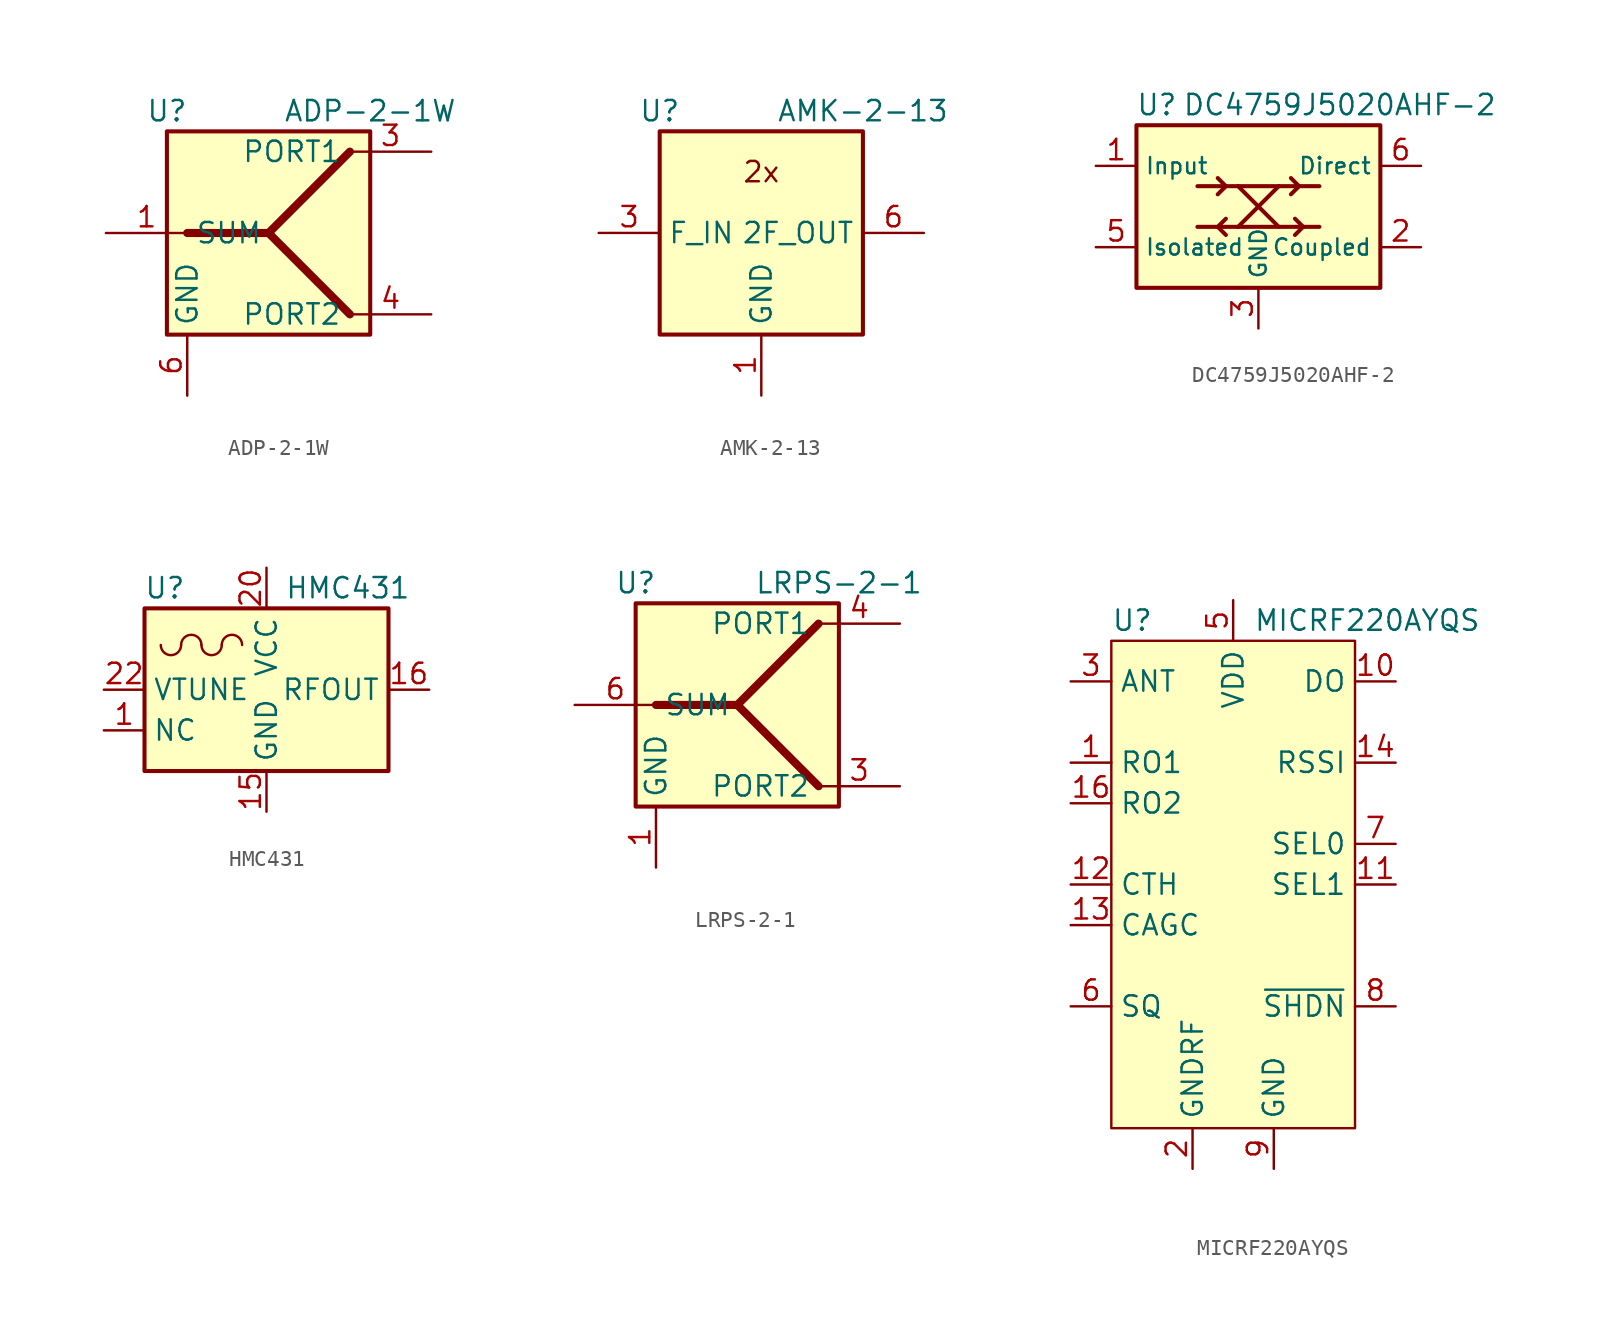
<source format=kicad_sym>
(kicad_symbol_lib
  (version 20231120)
  (generator "kicad_symbol_editor")
  (generator_version "8.0")
  (symbol "ADP-2-1W"
    (property "Reference" "U"
      (at -6.35 7.62 0)
      (effects (font (size 1.27 1.27))))
    (property "Value" "ADP-2-1W"
      (at 6.35 7.62 0)
      (effects (font (size 1.27 1.27))))
    (symbol "ADP-2-1W_0_1"
      (rectangle (start -6.35 6.35) (end 6.35 -6.35) (stroke (width 0.254) (type default)) (fill (type background)))
      (polyline (pts (xy 0 0) (xy 5.08 -5.08)) (stroke (width 0.508) (type default)) (fill (type none)))
      (polyline (pts (xy -5.08 0) (xy 0 0) (xy 5.08 5.08)) (stroke (width 0.508) (type default)) (fill (type none))))
    (symbol "ADP-2-1W_1_1"
      (pin passive line (at -10.16 0 0) (length 5.08) (name "SUM" (effects (font (size 1.27 1.27)))) (number "1" (effects (font (size 1.27 1.27)))))
      (pin no_connect line (at 5.08 2.54 180) (length 5.08) hide (name "NC" (effects (font (size 1.27 1.27)))) (number "2" (effects (font (size 1.27 1.27)))))
      (pin passive line (at 10.16 5.08 180) (length 5.08) (name "PORT1" (effects (font (size 1.27 1.27)))) (number "3" (effects (font (size 1.27 1.27)))))
      (pin passive line (at 10.16 -5.08 180) (length 5.08) (name "PORT2" (effects (font (size 1.27 1.27)))) (number "4" (effects (font (size 1.27 1.27)))))
      (pin no_connect line (at 5.08 -2.54 180) (length 5.08) hide (name "NC" (effects (font (size 1.27 1.27)))) (number "5" (effects (font (size 1.27 1.27)))))
      (pin passive line (at -5.08 -10.16 90) (length 3.81) (name "GND" (effects (font (size 1.27 1.27)))) (number "6" (effects (font (size 1.27 1.27)))))))
  (symbol "AMK-2-13"
    (property "Reference" "U"
      (at -6.35 7.62 0)
      (effects (font (size 1.27 1.27))))
    (property "Value" "AMK-2-13"
      (at 6.35 7.62 0)
      (effects (font (size 1.27 1.27))))
    (symbol "AMK-2-13_0_0"
      (text "2x" (at 0 3.81 0) (effects (font (size 1.27 1.27)))))
    (symbol "AMK-2-13_0_1"
      (rectangle (start -6.35 6.35) (end 6.35 -6.35) (stroke (width 0.254) (type default)) (fill (type background))))
    (symbol "AMK-2-13_1_1"
      (pin power_in line (at 0 -10.16 90) (length 3.81) (name "GND" (effects (font (size 1.27 1.27)))) (number "1" (effects (font (size 1.27 1.27)))))
      (pin no_connect line (at -6.35 -2.54 0) (length 2.54) hide (name "NC" (effects (font (size 1.27 1.27)))) (number "2" (effects (font (size 1.27 1.27)))))
      (pin input line (at -10.16 0 0) (length 3.81) (name "F_IN" (effects (font (size 1.27 1.27)))) (number "3" (effects (font (size 1.27 1.27)))))
      (pin passive line (at 0 -10.16 90) (length 3.81) hide (name "GND" (effects (font (size 1.27 1.27)))) (number "4" (effects (font (size 1.27 1.27)))))
      (pin passive line (at 0 -10.16 90) (length 3.81) hide (name "GND" (effects (font (size 1.27 1.27)))) (number "5" (effects (font (size 1.27 1.27)))))
      (pin output line (at 10.16 0 180) (length 3.81) (name "2F_OUT" (effects (font (size 1.27 1.27)))) (number "6" (effects (font (size 1.27 1.27)))))))
  (symbol "DC4759J5020AHF-2"
    (property "Reference" "U"
      (at -6.35 6.35 0)
      (effects (font (size 1.27 1.27))))
    (property "Value" "DC4759J5020AHF-2"
      (at 5.08 6.35 0)
      (effects (font (size 1.27 1.27))))
    (symbol "DC4759J5020AHF-2_0_1"
      (rectangle (start -7.62 5.08) (end 7.62 -5.08) (stroke (width 0.254) (type default)) (fill (type background))))
    (symbol "DC4759J5020AHF-2_1_1"
      (polyline (pts (xy -3.81 -1.27) (xy 3.81 -1.27)) (stroke (width 0.254) (type default)) (fill (type none)))
      (polyline (pts (xy -3.81 1.27) (xy 3.81 1.27)) (stroke (width 0.254) (type default)) (fill (type none)))
      (polyline (pts (xy -2.54 -1.27) (xy -2.032 -1.778)) (stroke (width 0.254) (type default)) (fill (type none)))
      (polyline (pts (xy -2.54 1.778) (xy -2.032 1.27)) (stroke (width 0.254) (type default)) (fill (type none)))
      (polyline (pts (xy -2.032 -0.762) (xy -2.54 -1.27)) (stroke (width 0.254) (type default)) (fill (type none)))
      (polyline (pts (xy -2.032 1.27) (xy -2.54 0.762)) (stroke (width 0.254) (type default)) (fill (type none)))
      (polyline (pts (xy -1.27 1.27) (xy 1.27 -1.27)) (stroke (width 0.254) (type default)) (fill (type none)))
      (polyline (pts (xy 1.27 1.27) (xy -1.27 -1.27)) (stroke (width 0.254) (type default)) (fill (type none)))
      (polyline (pts (xy 2.032 1.778) (xy 2.54 1.27)) (stroke (width 0.254) (type default)) (fill (type none)))
      (polyline (pts (xy 2.286 -0.762) (xy 2.794 -1.27)) (stroke (width 0.254) (type default)) (fill (type none)))
      (polyline (pts (xy 2.54 1.27) (xy 2.032 0.762)) (stroke (width 0.254) (type default)) (fill (type none)))
      (polyline (pts (xy 2.794 -1.27) (xy 2.286 -1.778)) (stroke (width 0.254) (type default)) (fill (type none)))
      (pin input line (at -10.16 2.54 0) (length 2.54) (name "Input" (effects (font (size 1.016 1.016)))) (number "1" (effects (font (size 1.27 1.27)))))
      (pin output line (at 10.16 -2.54 180) (length 2.54) (name "Coupled" (effects (font (size 1.016 1.016)))) (number "2" (effects (font (size 1.27 1.27)))))
      (pin power_in line (at 0 -7.62 90) (length 2.54) (name "GND" (effects (font (size 1.016 1.016)))) (number "3" (effects (font (size 1.27 1.27)))))
      (pin passive line (at 0 -7.62 90) (length 2.54) hide (name "GND" (effects (font (size 1.016 1.016)))) (number "4" (effects (font (size 1.27 1.27)))))
      (pin output line (at -10.16 -2.54 0) (length 2.54) (name "Isolated" (effects (font (size 1.016 1.016)))) (number "5" (effects (font (size 1.27 1.27)))))
      (pin output line (at 10.16 2.54 180) (length 2.54) (name "Direct" (effects (font (size 1.016 1.016)))) (number "6" (effects (font (size 1.27 1.27)))))))
  (symbol "HMC431"
    (property "Reference" "U"
      (at -6.35 6.35 0)
      (effects (font (size 1.27 1.27))))
    (property "Value" "HMC431"
      (at 5.08 6.35 0)
      (effects (font (size 1.27 1.27))))
    (symbol "HMC431_0_1"
      (rectangle (start -7.62 5.08) (end 7.62 -5.08) (stroke (width 0.254) (type default)) (fill (type background)))
      (arc (start -6.604 2.794) (mid -5.969 2.1617) (end -5.334 2.794) (stroke (width 0) (type default)) (fill (type none)))
      (arc (start -4.064 2.794) (mid -4.699 3.4263) (end -5.334 2.794) (stroke (width 0) (type default)) (fill (type none)))
      (arc (start -4.064 2.794) (mid -3.429 2.1617) (end -2.794 2.794) (stroke (width 0) (type default)) (fill (type none)))
      (arc (start -1.524 2.794) (mid -2.159 3.4263) (end -2.794 2.794) (stroke (width 0) (type default)) (fill (type none))))
    (symbol "HMC431_1_1"
      (pin passive line (at -10.16 -2.54 0) (length 2.54) (name "NC" (effects (font (size 1.27 1.27)))) (number "1" (effects (font (size 1.27 1.27)))))
      (pin passive line (at -10.16 -2.54 0) (length 2.54) hide (name "NC" (effects (font (size 1.27 1.27)))) (number "10" (effects (font (size 1.27 1.27)))))
      (pin passive line (at -10.16 -2.54 0) (length 2.54) hide (name "NC" (effects (font (size 1.27 1.27)))) (number "11" (effects (font (size 1.27 1.27)))))
      (pin passive line (at -10.16 -2.54 0) (length 2.54) hide (name "NC" (effects (font (size 1.27 1.27)))) (number "12" (effects (font (size 1.27 1.27)))))
      (pin passive line (at -10.16 -2.54 0) (length 2.54) hide (name "NC" (effects (font (size 1.27 1.27)))) (number "13" (effects (font (size 1.27 1.27)))))
      (pin passive line (at -10.16 -2.54 0) (length 2.54) hide (name "NC" (effects (font (size 1.27 1.27)))) (number "14" (effects (font (size 1.27 1.27)))))
      (pin power_in line (at 0 -7.62 90) (length 2.54) (name "GND" (effects (font (size 1.27 1.27)))) (number "15" (effects (font (size 1.27 1.27)))))
      (pin output line (at 10.16 0 180) (length 2.54) (name "RFOUT" (effects (font (size 1.27 1.27)))) (number "16" (effects (font (size 1.27 1.27)))))
      (pin passive line (at -10.16 -2.54 0) (length 2.54) hide (name "NC" (effects (font (size 1.27 1.27)))) (number "17" (effects (font (size 1.27 1.27)))))
      (pin passive line (at -10.16 -2.54 0) (length 2.54) hide (name "NC" (effects (font (size 1.27 1.27)))) (number "18" (effects (font (size 1.27 1.27)))))
      (pin passive line (at -10.16 -2.54 0) (length 2.54) hide (name "NC" (effects (font (size 1.27 1.27)))) (number "19" (effects (font (size 1.27 1.27)))))
      (pin passive line (at -10.16 -2.54 0) (length 2.54) hide (name "NC" (effects (font (size 1.27 1.27)))) (number "2" (effects (font (size 1.27 1.27)))))
      (pin power_in line (at 0 7.62 270) (length 2.54) (name "VCC" (effects (font (size 1.27 1.27)))) (number "20" (effects (font (size 1.27 1.27)))))
      (pin passive line (at -10.16 -2.54 0) (length 2.54) hide (name "NC" (effects (font (size 1.27 1.27)))) (number "21" (effects (font (size 1.27 1.27)))))
      (pin input line (at -10.16 0 0) (length 2.54) (name "VTUNE" (effects (font (size 1.27 1.27)))) (number "22" (effects (font (size 1.27 1.27)))))
      (pin passive line (at -10.16 -2.54 0) (length 2.54) hide (name "NC" (effects (font (size 1.27 1.27)))) (number "23" (effects (font (size 1.27 1.27)))))
      (pin passive line (at -10.16 -2.54 0) (length 2.54) hide (name "NC" (effects (font (size 1.27 1.27)))) (number "24" (effects (font (size 1.27 1.27)))))
      (pin passive line (at 0 -7.62 90) (length 2.54) hide (name "GND" (effects (font (size 1.27 1.27)))) (number "25" (effects (font (size 1.27 1.27)))))
      (pin passive line (at -10.16 -2.54 0) (length 2.54) hide (name "NC" (effects (font (size 1.27 1.27)))) (number "3" (effects (font (size 1.27 1.27)))))
      (pin passive line (at -10.16 -2.54 0) (length 2.54) hide (name "NC" (effects (font (size 1.27 1.27)))) (number "4" (effects (font (size 1.27 1.27)))))
      (pin passive line (at -10.16 -2.54 0) (length 2.54) hide (name "NC" (effects (font (size 1.27 1.27)))) (number "5" (effects (font (size 1.27 1.27)))))
      (pin passive line (at -10.16 -2.54 0) (length 2.54) hide (name "NC" (effects (font (size 1.27 1.27)))) (number "6" (effects (font (size 1.27 1.27)))))
      (pin passive line (at -10.16 -2.54 0) (length 2.54) hide (name "NC" (effects (font (size 1.27 1.27)))) (number "7" (effects (font (size 1.27 1.27)))))
      (pin passive line (at -10.16 -2.54 0) (length 2.54) hide (name "NC" (effects (font (size 1.27 1.27)))) (number "8" (effects (font (size 1.27 1.27)))))
      (pin passive line (at -10.16 -2.54 0) (length 2.54) hide (name "NC" (effects (font (size 1.27 1.27)))) (number "9" (effects (font (size 1.27 1.27)))))))
  (symbol "LRPS-2-1"
    (property "Reference" "U"
      (at -6.35 7.62 0)
      (effects (font (size 1.27 1.27))))
    (property "Value" "LRPS-2-1"
      (at 6.35 7.62 0)
      (effects (font (size 1.27 1.27))))
    (symbol "LRPS-2-1_0_1"
      (rectangle (start -6.35 6.35) (end 6.35 -6.35) (stroke (width 0.254) (type default)) (fill (type background)))
      (polyline (pts (xy 0 0) (xy 5.08 -5.08)) (stroke (width 0.508) (type default)) (fill (type none)))
      (polyline (pts (xy -5.08 0) (xy 0 0) (xy 5.08 5.08)) (stroke (width 0.508) (type default)) (fill (type none))))
    (symbol "LRPS-2-1_1_1"
      (pin passive line (at -5.08 -10.16 90) (length 3.81) (name "GND" (effects (font (size 1.27 1.27)))) (number "1" (effects (font (size 1.27 1.27)))))
      (pin no_connect line (at 5.08 2.54 180) (length 5.08) hide (name "NC" (effects (font (size 1.27 1.27)))) (number "2" (effects (font (size 1.27 1.27)))))
      (pin passive line (at 10.16 -5.08 180) (length 5.08) (name "PORT2" (effects (font (size 1.27 1.27)))) (number "3" (effects (font (size 1.27 1.27)))))
      (pin passive line (at 10.16 5.08 180) (length 5.08) (name "PORT1" (effects (font (size 1.27 1.27)))) (number "4" (effects (font (size 1.27 1.27)))))
      (pin no_connect line (at 5.08 -2.54 180) (length 5.08) hide (name "NC" (effects (font (size 1.27 1.27)))) (number "5" (effects (font (size 1.27 1.27)))))
      (pin passive line (at -10.16 0 0) (length 5.08) (name "SUM" (effects (font (size 1.27 1.27)))) (number "6" (effects (font (size 1.27 1.27)))))))
  (symbol "MICRF220AYQS"
    (property "Reference" "U"
      (at -7.62 16.51 0)
      (effects (font (size 1.27 1.27)) (justify left)))
    (property "Value" "MICRF220AYQS"
      (at 1.27 16.51 0)
      (effects (font (size 1.27 1.27)) (justify left)))
    (symbol "MICRF220AYQS_0_1"
      (polyline (pts (xy -7.62 15.24) (xy 7.62 15.24) (xy 7.62 -15.24) (xy -7.62 -15.24) (xy -7.62 15.24)) (stroke (width 0) (type default)) (fill (type background))))
    (symbol "MICRF220AYQS_1_1"
      (pin input line (at -10.16 7.62 0) (length 2.54) (name "RO1" (effects (font (size 1.27 1.27)))) (number "1" (effects (font (size 1.27 1.27)))))
      (pin output line (at 10.16 12.7 180) (length 2.54) (name "DO" (effects (font (size 1.27 1.27)))) (number "10" (effects (font (size 1.27 1.27)))))
      (pin input line (at 10.16 0 180) (length 2.54) (name "SEL1" (effects (font (size 1.27 1.27)))) (number "11" (effects (font (size 1.27 1.27)))))
      (pin input line (at -10.16 0 0) (length 2.54) (name "CTH" (effects (font (size 1.27 1.27)))) (number "12" (effects (font (size 1.27 1.27)))))
      (pin input line (at -10.16 -2.54 0) (length 2.54) (name "CAGC" (effects (font (size 1.27 1.27)))) (number "13" (effects (font (size 1.27 1.27)))))
      (pin output line (at 10.16 7.62 180) (length 2.54) (name "RSSI" (effects (font (size 1.27 1.27)))) (number "14" (effects (font (size 1.27 1.27)))))
      (pin no_connect line (at 7.62 -5.08 180) (length 2.54) hide (name "NC" (effects (font (size 1.27 1.27)))) (number "15" (effects (font (size 1.27 1.27)))))
      (pin output line (at -10.16 5.08 0) (length 2.54) (name "RO2" (effects (font (size 1.27 1.27)))) (number "16" (effects (font (size 1.27 1.27)))))
      (pin power_in line (at -2.54 -17.78 90) (length 2.54) (name "GNDRF" (effects (font (size 1.27 1.27)))) (number "2" (effects (font (size 1.27 1.27)))))
      (pin input line (at -10.16 12.7 0) (length 2.54) (name "ANT" (effects (font (size 1.27 1.27)))) (number "3" (effects (font (size 1.27 1.27)))))
      (pin passive line (at -2.54 -17.78 90) (length 2.54) hide (name "GNDRF" (effects (font (size 1.27 1.27)))) (number "4" (effects (font (size 1.27 1.27)))))
      (pin power_in line (at 0 17.78 270) (length 2.54) (name "VDD" (effects (font (size 1.27 1.27)))) (number "5" (effects (font (size 1.27 1.27)))))
      (pin input line (at -10.16 -7.62 0) (length 2.54) (name "SQ" (effects (font (size 1.27 1.27)))) (number "6" (effects (font (size 1.27 1.27)))))
      (pin input line (at 10.16 2.54 180) (length 2.54) (name "SEL0" (effects (font (size 1.27 1.27)))) (number "7" (effects (font (size 1.27 1.27)))))
      (pin input line (at 10.16 -7.62 180) (length 2.54) (name "~{SHDN}" (effects (font (size 1.27 1.27)))) (number "8" (effects (font (size 1.27 1.27)))))
      (pin power_in line (at 2.54 -17.78 90) (length 2.54) (name "GND" (effects (font (size 1.27 1.27)))) (number "9" (effects (font (size 1.27 1.27))))))))
</source>
